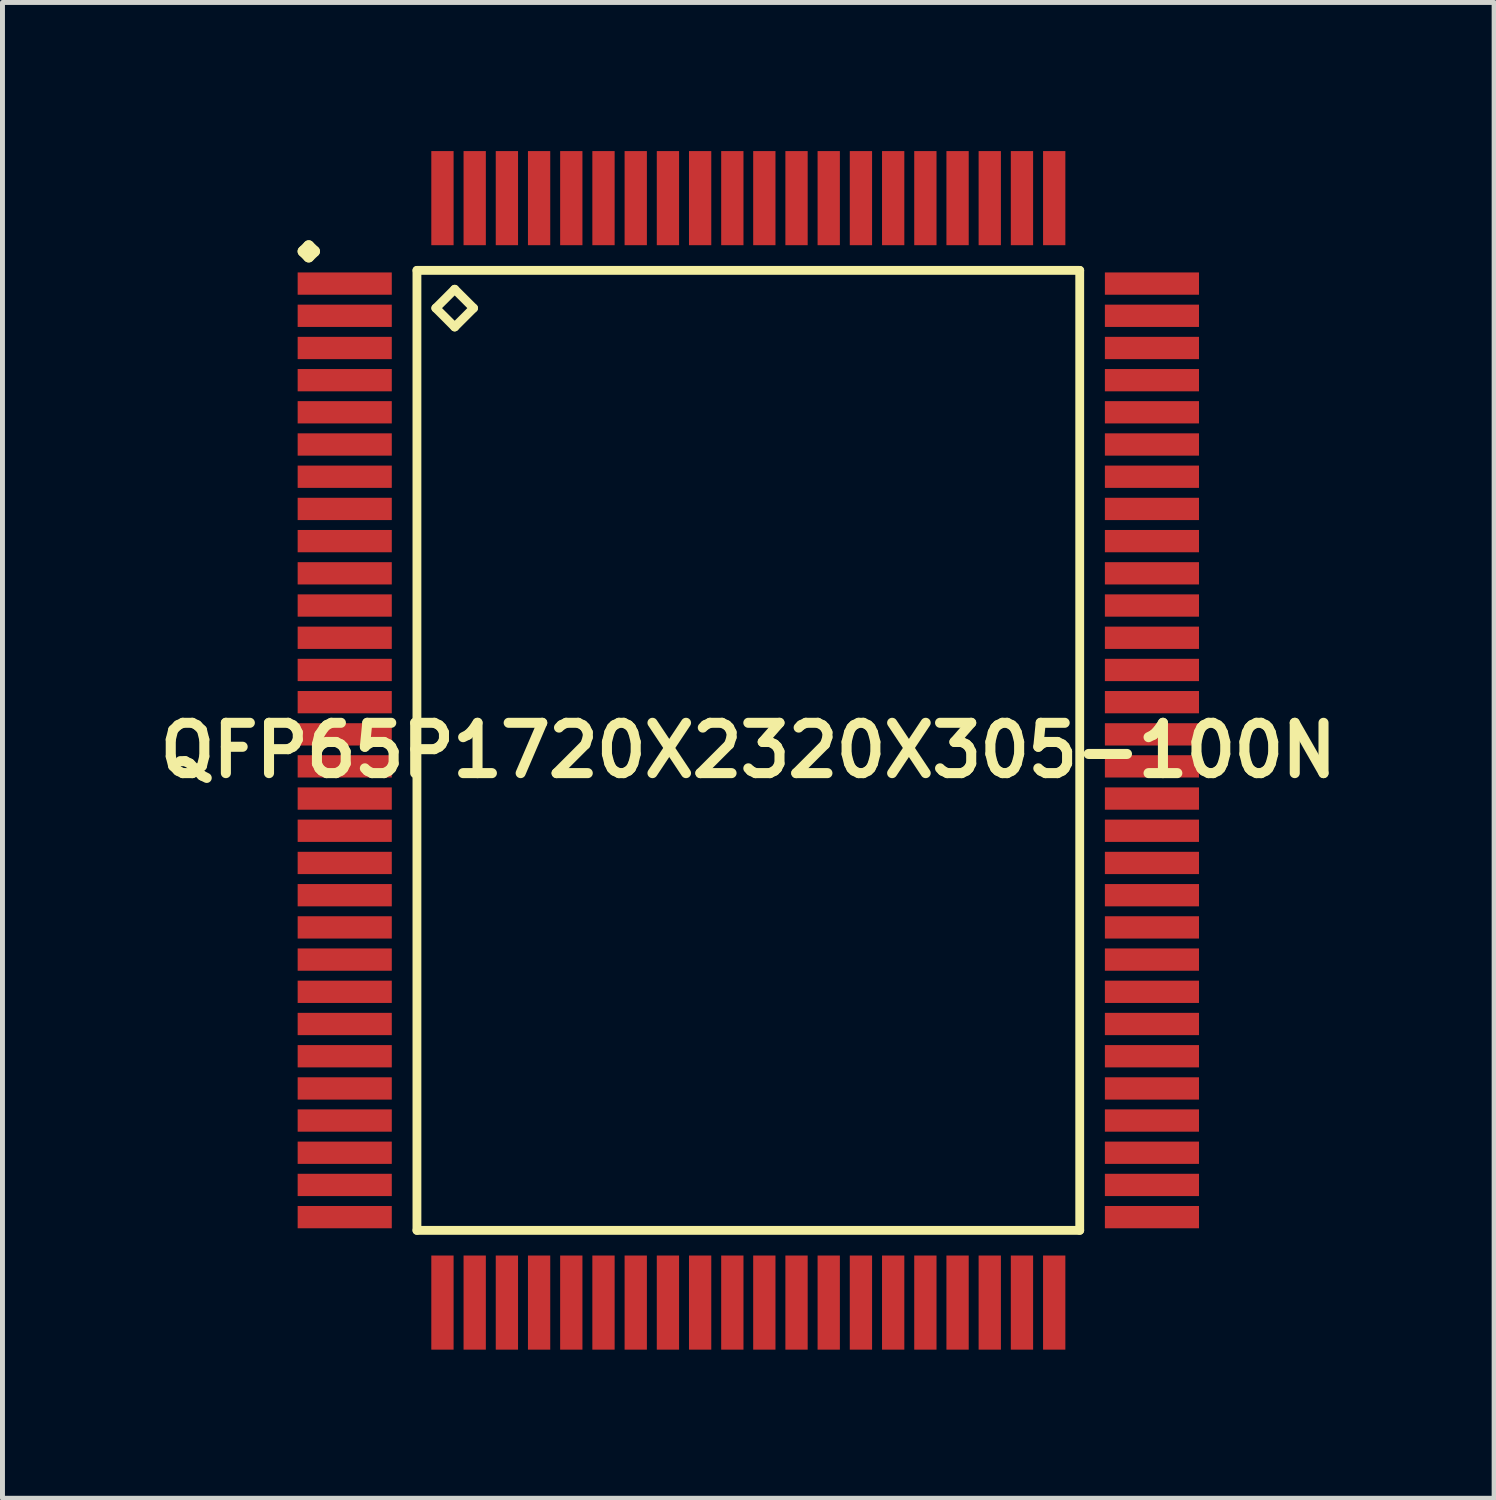
<source format=kicad_pcb>
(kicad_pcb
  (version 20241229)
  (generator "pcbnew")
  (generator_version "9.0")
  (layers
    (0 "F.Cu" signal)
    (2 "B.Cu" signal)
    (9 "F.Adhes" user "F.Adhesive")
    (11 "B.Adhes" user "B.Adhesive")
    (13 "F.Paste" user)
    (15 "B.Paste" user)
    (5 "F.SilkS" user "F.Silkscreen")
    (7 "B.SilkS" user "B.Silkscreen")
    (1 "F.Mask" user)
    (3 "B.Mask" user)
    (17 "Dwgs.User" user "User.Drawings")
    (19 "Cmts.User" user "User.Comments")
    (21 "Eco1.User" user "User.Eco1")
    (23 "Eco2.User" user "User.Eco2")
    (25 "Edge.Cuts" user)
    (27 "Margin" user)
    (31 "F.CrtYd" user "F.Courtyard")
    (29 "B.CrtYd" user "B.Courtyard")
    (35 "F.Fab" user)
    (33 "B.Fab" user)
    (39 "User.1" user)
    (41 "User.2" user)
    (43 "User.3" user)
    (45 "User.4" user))
  (footprint "QFP65P1720X2320X305-100N"
    (layer "F.Cu")
    (at 12.057 12.098)
    (property "Reference" "QFP65P1720X2320X305-100N" (at 0 0 0) (layer "F.SilkS") (effects (font (size 1.016 1.016) (thickness 0.203))))
    (attr smd)
    (fp_line (start -8.987 -10.074) (end -8.875 -10.185) (stroke (width 0.224) (type solid)) (layer "F.SilkS"))
    (fp_line (start -8.875 -10.185) (end -8.76 -10.074) (stroke (width 0.224) (type solid)) (layer "F.SilkS"))
    (fp_line (start -8.875 -9.962) (end -8.987 -10.074) (stroke (width 0.224) (type solid)) (layer "F.SilkS"))
    (fp_line (start -8.76 -10.074) (end -8.875 -9.962) (stroke (width 0.224) (type solid)) (layer "F.SilkS"))
    (fp_line (start -6.69 -9.69) (end -6.69 9.69) (stroke (width 0.178) (type solid)) (layer "F.SilkS"))
    (fp_line (start -6.69 9.69) (end 6.69 9.69) (stroke (width 0.178) (type solid)) (layer "F.SilkS"))
    (fp_line (start -6.309 -8.928) (end -5.928 -9.309) (stroke (width 0.178) (type solid)) (layer "F.SilkS"))
    (fp_line (start -5.928 -9.309) (end -5.547 -8.928) (stroke (width 0.178) (type solid)) (layer "F.SilkS"))
    (fp_line (start -5.928 -8.547) (end -6.309 -8.928) (stroke (width 0.178) (type solid)) (layer "F.SilkS"))
    (fp_line (start -5.547 -8.928) (end -5.928 -8.547) (stroke (width 0.178) (type solid)) (layer "F.SilkS"))
    (fp_line (start 6.69 -9.69) (end -6.69 -9.69) (stroke (width 0.178) (type solid)) (layer "F.SilkS"))
    (fp_line (start 6.69 9.69) (end 6.69 -9.69) (stroke (width 0.178) (type solid)) (layer "F.SilkS"))
    (pad "1" smd rect (at -8.148 -9.423) (size 1.9 0.45) (layers "F.Cu" "F.Mask" "F.Paste"))
    (pad "2" smd rect (at -8.148 -8.773) (size 1.9 0.45) (layers "F.Cu" "F.Mask" "F.Paste"))
    (pad "3" smd rect (at -8.148 -8.123) (size 1.9 0.45) (layers "F.Cu" "F.Mask" "F.Paste"))
    (pad "4" smd rect (at -8.148 -7.473) (size 1.9 0.45) (layers "F.Cu" "F.Mask" "F.Paste"))
    (pad "5" smd rect (at -8.148 -6.825) (size 1.9 0.45) (layers "F.Cu" "F.Mask" "F.Paste"))
    (pad "6" smd rect (at -8.148 -6.175) (size 1.9 0.45) (layers "F.Cu" "F.Mask" "F.Paste"))
    (pad "7" smd rect (at -8.148 -5.524) (size 1.9 0.45) (layers "F.Cu" "F.Mask" "F.Paste"))
    (pad "8" smd rect (at -8.148 -4.874) (size 1.9 0.45) (layers "F.Cu" "F.Mask" "F.Paste"))
    (pad "9" smd rect (at -8.148 -4.224) (size 1.9 0.45) (layers "F.Cu" "F.Mask" "F.Paste"))
    (pad "10" smd rect (at -8.148 -3.574) (size 1.9 0.45) (layers "F.Cu" "F.Mask" "F.Paste"))
    (pad "11" smd rect (at -8.148 -2.924) (size 1.9 0.45) (layers "F.Cu" "F.Mask" "F.Paste"))
    (pad "12" smd rect (at -8.148 -2.273) (size 1.9 0.45) (layers "F.Cu" "F.Mask" "F.Paste"))
    (pad "13" smd rect (at -8.148 -1.623) (size 1.9 0.45) (layers "F.Cu" "F.Mask" "F.Paste"))
    (pad "14" smd rect (at -8.148 -0.973) (size 1.9 0.45) (layers "F.Cu" "F.Mask" "F.Paste"))
    (pad "15" smd rect (at -8.148 -0.323) (size 1.9 0.45) (layers "F.Cu" "F.Mask" "F.Paste"))
    (pad "16" smd rect (at -8.148 0.323) (size 1.9 0.45) (layers "F.Cu" "F.Mask" "F.Paste"))
    (pad "17" smd rect (at -8.148 0.973) (size 1.9 0.45) (layers "F.Cu" "F.Mask" "F.Paste"))
    (pad "18" smd rect (at -8.148 1.623) (size 1.9 0.45) (layers "F.Cu" "F.Mask" "F.Paste"))
    (pad "19" smd rect (at -8.148 2.273) (size 1.9 0.45) (layers "F.Cu" "F.Mask" "F.Paste"))
    (pad "20" smd rect (at -8.148 2.924) (size 1.9 0.45) (layers "F.Cu" "F.Mask" "F.Paste"))
    (pad "21" smd rect (at -8.148 3.574) (size 1.9 0.45) (layers "F.Cu" "F.Mask" "F.Paste"))
    (pad "22" smd rect (at -8.148 4.224) (size 1.9 0.45) (layers "F.Cu" "F.Mask" "F.Paste"))
    (pad "23" smd rect (at -8.148 4.874) (size 1.9 0.45) (layers "F.Cu" "F.Mask" "F.Paste"))
    (pad "24" smd rect (at -8.148 5.524) (size 1.9 0.45) (layers "F.Cu" "F.Mask" "F.Paste"))
    (pad "25" smd rect (at -8.148 6.175) (size 1.9 0.45) (layers "F.Cu" "F.Mask" "F.Paste"))
    (pad "26" smd rect (at -8.148 6.825) (size 1.9 0.45) (layers "F.Cu" "F.Mask" "F.Paste"))
    (pad "27" smd rect (at -8.148 7.473) (size 1.9 0.45) (layers "F.Cu" "F.Mask" "F.Paste"))
    (pad "28" smd rect (at -8.148 8.123) (size 1.9 0.45) (layers "F.Cu" "F.Mask" "F.Paste"))
    (pad "29" smd rect (at -8.148 8.773) (size 1.9 0.45) (layers "F.Cu" "F.Mask" "F.Paste"))
    (pad "30" smd rect (at -8.148 9.423) (size 1.9 0.45) (layers "F.Cu" "F.Mask" "F.Paste"))
    (pad "31" smd rect (at -6.175 11.148) (size 0.45 1.9) (layers "F.Cu" "F.Mask" "F.Paste"))
    (pad "32" smd rect (at -5.524 11.148) (size 0.45 1.9) (layers "F.Cu" "F.Mask" "F.Paste"))
    (pad "33" smd rect (at -4.874 11.148) (size 0.45 1.9) (layers "F.Cu" "F.Mask" "F.Paste"))
    (pad "34" smd rect (at -4.224 11.148) (size 0.45 1.9) (layers "F.Cu" "F.Mask" "F.Paste"))
    (pad "35" smd rect (at -3.574 11.148) (size 0.45 1.9) (layers "F.Cu" "F.Mask" "F.Paste"))
    (pad "36" smd rect (at -2.924 11.148) (size 0.45 1.9) (layers "F.Cu" "F.Mask" "F.Paste"))
    (pad "37" smd rect (at -2.273 11.148) (size 0.45 1.9) (layers "F.Cu" "F.Mask" "F.Paste"))
    (pad "38" smd rect (at -1.623 11.148) (size 0.45 1.9) (layers "F.Cu" "F.Mask" "F.Paste"))
    (pad "39" smd rect (at -0.973 11.148) (size 0.45 1.9) (layers "F.Cu" "F.Mask" "F.Paste"))
    (pad "40" smd rect (at -0.323 11.148) (size 0.45 1.9) (layers "F.Cu" "F.Mask" "F.Paste"))
    (pad "41" smd rect (at 0.323 11.148) (size 0.45 1.9) (layers "F.Cu" "F.Mask" "F.Paste"))
    (pad "42" smd rect (at 0.973 11.148) (size 0.45 1.9) (layers "F.Cu" "F.Mask" "F.Paste"))
    (pad "43" smd rect (at 1.623 11.148) (size 0.45 1.9) (layers "F.Cu" "F.Mask" "F.Paste"))
    (pad "44" smd rect (at 2.273 11.148) (size 0.45 1.9) (layers "F.Cu" "F.Mask" "F.Paste"))
    (pad "45" smd rect (at 2.924 11.148) (size 0.45 1.9) (layers "F.Cu" "F.Mask" "F.Paste"))
    (pad "46" smd rect (at 3.574 11.148) (size 0.45 1.9) (layers "F.Cu" "F.Mask" "F.Paste"))
    (pad "47" smd rect (at 4.224 11.148) (size 0.45 1.9) (layers "F.Cu" "F.Mask" "F.Paste"))
    (pad "48" smd rect (at 4.874 11.148) (size 0.45 1.9) (layers "F.Cu" "F.Mask" "F.Paste"))
    (pad "49" smd rect (at 5.524 11.148) (size 0.45 1.9) (layers "F.Cu" "F.Mask" "F.Paste"))
    (pad "50" smd rect (at 6.175 11.148) (size 0.45 1.9) (layers "F.Cu" "F.Mask" "F.Paste"))
    (pad "51" smd rect (at 8.148 9.423) (size 1.9 0.45) (layers "F.Cu" "F.Mask" "F.Paste"))
    (pad "52" smd rect (at 8.148 8.773) (size 1.9 0.45) (layers "F.Cu" "F.Mask" "F.Paste"))
    (pad "53" smd rect (at 8.148 8.123) (size 1.9 0.45) (layers "F.Cu" "F.Mask" "F.Paste"))
    (pad "54" smd rect (at 8.148 7.473) (size 1.9 0.45) (layers "F.Cu" "F.Mask" "F.Paste"))
    (pad "55" smd rect (at 8.148 6.825) (size 1.9 0.45) (layers "F.Cu" "F.Mask" "F.Paste"))
    (pad "56" smd rect (at 8.148 6.175) (size 1.9 0.45) (layers "F.Cu" "F.Mask" "F.Paste"))
    (pad "57" smd rect (at 8.148 5.524) (size 1.9 0.45) (layers "F.Cu" "F.Mask" "F.Paste"))
    (pad "58" smd rect (at 8.148 4.874) (size 1.9 0.45) (layers "F.Cu" "F.Mask" "F.Paste"))
    (pad "59" smd rect (at 8.148 4.224) (size 1.9 0.45) (layers "F.Cu" "F.Mask" "F.Paste"))
    (pad "60" smd rect (at 8.148 3.574) (size 1.9 0.45) (layers "F.Cu" "F.Mask" "F.Paste"))
    (pad "61" smd rect (at 8.148 2.924) (size 1.9 0.45) (layers "F.Cu" "F.Mask" "F.Paste"))
    (pad "62" smd rect (at 8.148 2.273) (size 1.9 0.45) (layers "F.Cu" "F.Mask" "F.Paste"))
    (pad "63" smd rect (at 8.148 1.623) (size 1.9 0.45) (layers "F.Cu" "F.Mask" "F.Paste"))
    (pad "64" smd rect (at 8.148 0.973) (size 1.9 0.45) (layers "F.Cu" "F.Mask" "F.Paste"))
    (pad "65" smd rect (at 8.148 0.323) (size 1.9 0.45) (layers "F.Cu" "F.Mask" "F.Paste"))
    (pad "66" smd rect (at 8.148 -0.323) (size 1.9 0.45) (layers "F.Cu" "F.Mask" "F.Paste"))
    (pad "67" smd rect (at 8.148 -0.973) (size 1.9 0.45) (layers "F.Cu" "F.Mask" "F.Paste"))
    (pad "68" smd rect (at 8.148 -1.623) (size 1.9 0.45) (layers "F.Cu" "F.Mask" "F.Paste"))
    (pad "69" smd rect (at 8.148 -2.273) (size 1.9 0.45) (layers "F.Cu" "F.Mask" "F.Paste"))
    (pad "70" smd rect (at 8.148 -2.924) (size 1.9 0.45) (layers "F.Cu" "F.Mask" "F.Paste"))
    (pad "71" smd rect (at 8.148 -3.574) (size 1.9 0.45) (layers "F.Cu" "F.Mask" "F.Paste"))
    (pad "72" smd rect (at 8.148 -4.224) (size 1.9 0.45) (layers "F.Cu" "F.Mask" "F.Paste"))
    (pad "73" smd rect (at 8.148 -4.874) (size 1.9 0.45) (layers "F.Cu" "F.Mask" "F.Paste"))
    (pad "74" smd rect (at 8.148 -5.524) (size 1.9 0.45) (layers "F.Cu" "F.Mask" "F.Paste"))
    (pad "75" smd rect (at 8.148 -6.175) (size 1.9 0.45) (layers "F.Cu" "F.Mask" "F.Paste"))
    (pad "76" smd rect (at 8.148 -6.825) (size 1.9 0.45) (layers "F.Cu" "F.Mask" "F.Paste"))
    (pad "77" smd rect (at 8.148 -7.473) (size 1.9 0.45) (layers "F.Cu" "F.Mask" "F.Paste"))
    (pad "78" smd rect (at 8.148 -8.123) (size 1.9 0.45) (layers "F.Cu" "F.Mask" "F.Paste"))
    (pad "79" smd rect (at 8.148 -8.773) (size 1.9 0.45) (layers "F.Cu" "F.Mask" "F.Paste"))
    (pad "80" smd rect (at 8.148 -9.423) (size 1.9 0.45) (layers "F.Cu" "F.Mask" "F.Paste"))
    (pad "81" smd rect (at 6.175 -11.148) (size 0.45 1.9) (layers "F.Cu" "F.Mask" "F.Paste"))
    (pad "82" smd rect (at 5.524 -11.148) (size 0.45 1.9) (layers "F.Cu" "F.Mask" "F.Paste"))
    (pad "83" smd rect (at 4.874 -11.148) (size 0.45 1.9) (layers "F.Cu" "F.Mask" "F.Paste"))
    (pad "84" smd rect (at 4.224 -11.148) (size 0.45 1.9) (layers "F.Cu" "F.Mask" "F.Paste"))
    (pad "85" smd rect (at 3.574 -11.148) (size 0.45 1.9) (layers "F.Cu" "F.Mask" "F.Paste"))
    (pad "86" smd rect (at 2.924 -11.148) (size 0.45 1.9) (layers "F.Cu" "F.Mask" "F.Paste"))
    (pad "87" smd rect (at 2.273 -11.148) (size 0.45 1.9) (layers "F.Cu" "F.Mask" "F.Paste"))
    (pad "88" smd rect (at 1.623 -11.148) (size 0.45 1.9) (layers "F.Cu" "F.Mask" "F.Paste"))
    (pad "89" smd rect (at 0.973 -11.148) (size 0.45 1.9) (layers "F.Cu" "F.Mask" "F.Paste"))
    (pad "90" smd rect (at 0.323 -11.148) (size 0.45 1.9) (layers "F.Cu" "F.Mask" "F.Paste"))
    (pad "91" smd rect (at -0.323 -11.148) (size 0.45 1.9) (layers "F.Cu" "F.Mask" "F.Paste"))
    (pad "92" smd rect (at -0.973 -11.148) (size 0.45 1.9) (layers "F.Cu" "F.Mask" "F.Paste"))
    (pad "93" smd rect (at -1.623 -11.148) (size 0.45 1.9) (layers "F.Cu" "F.Mask" "F.Paste"))
    (pad "94" smd rect (at -2.273 -11.148) (size 0.45 1.9) (layers "F.Cu" "F.Mask" "F.Paste"))
    (pad "95" smd rect (at -2.924 -11.148) (size 0.45 1.9) (layers "F.Cu" "F.Mask" "F.Paste"))
    (pad "96" smd rect (at -3.574 -11.148) (size 0.45 1.9) (layers "F.Cu" "F.Mask" "F.Paste"))
    (pad "97" smd rect (at -4.224 -11.148) (size 0.45 1.9) (layers "F.Cu" "F.Mask" "F.Paste"))
    (pad "98" smd rect (at -4.874 -11.148) (size 0.45 1.9) (layers "F.Cu" "F.Mask" "F.Paste"))
    (pad "99" smd rect (at -5.524 -11.148) (size 0.45 1.9) (layers "F.Cu" "F.Mask" "F.Paste"))
    (pad "100" smd rect (at -6.175 -11.148) (size 0.45 1.9) (layers "F.Cu" "F.Mask" "F.Paste")))
  (gr_rect
    (start -3 -3)
    (end 27.113 27.196)
    (stroke (width 0.1) (type default))
    (fill no)
    (layer "Edge.Cuts")))
</source>
